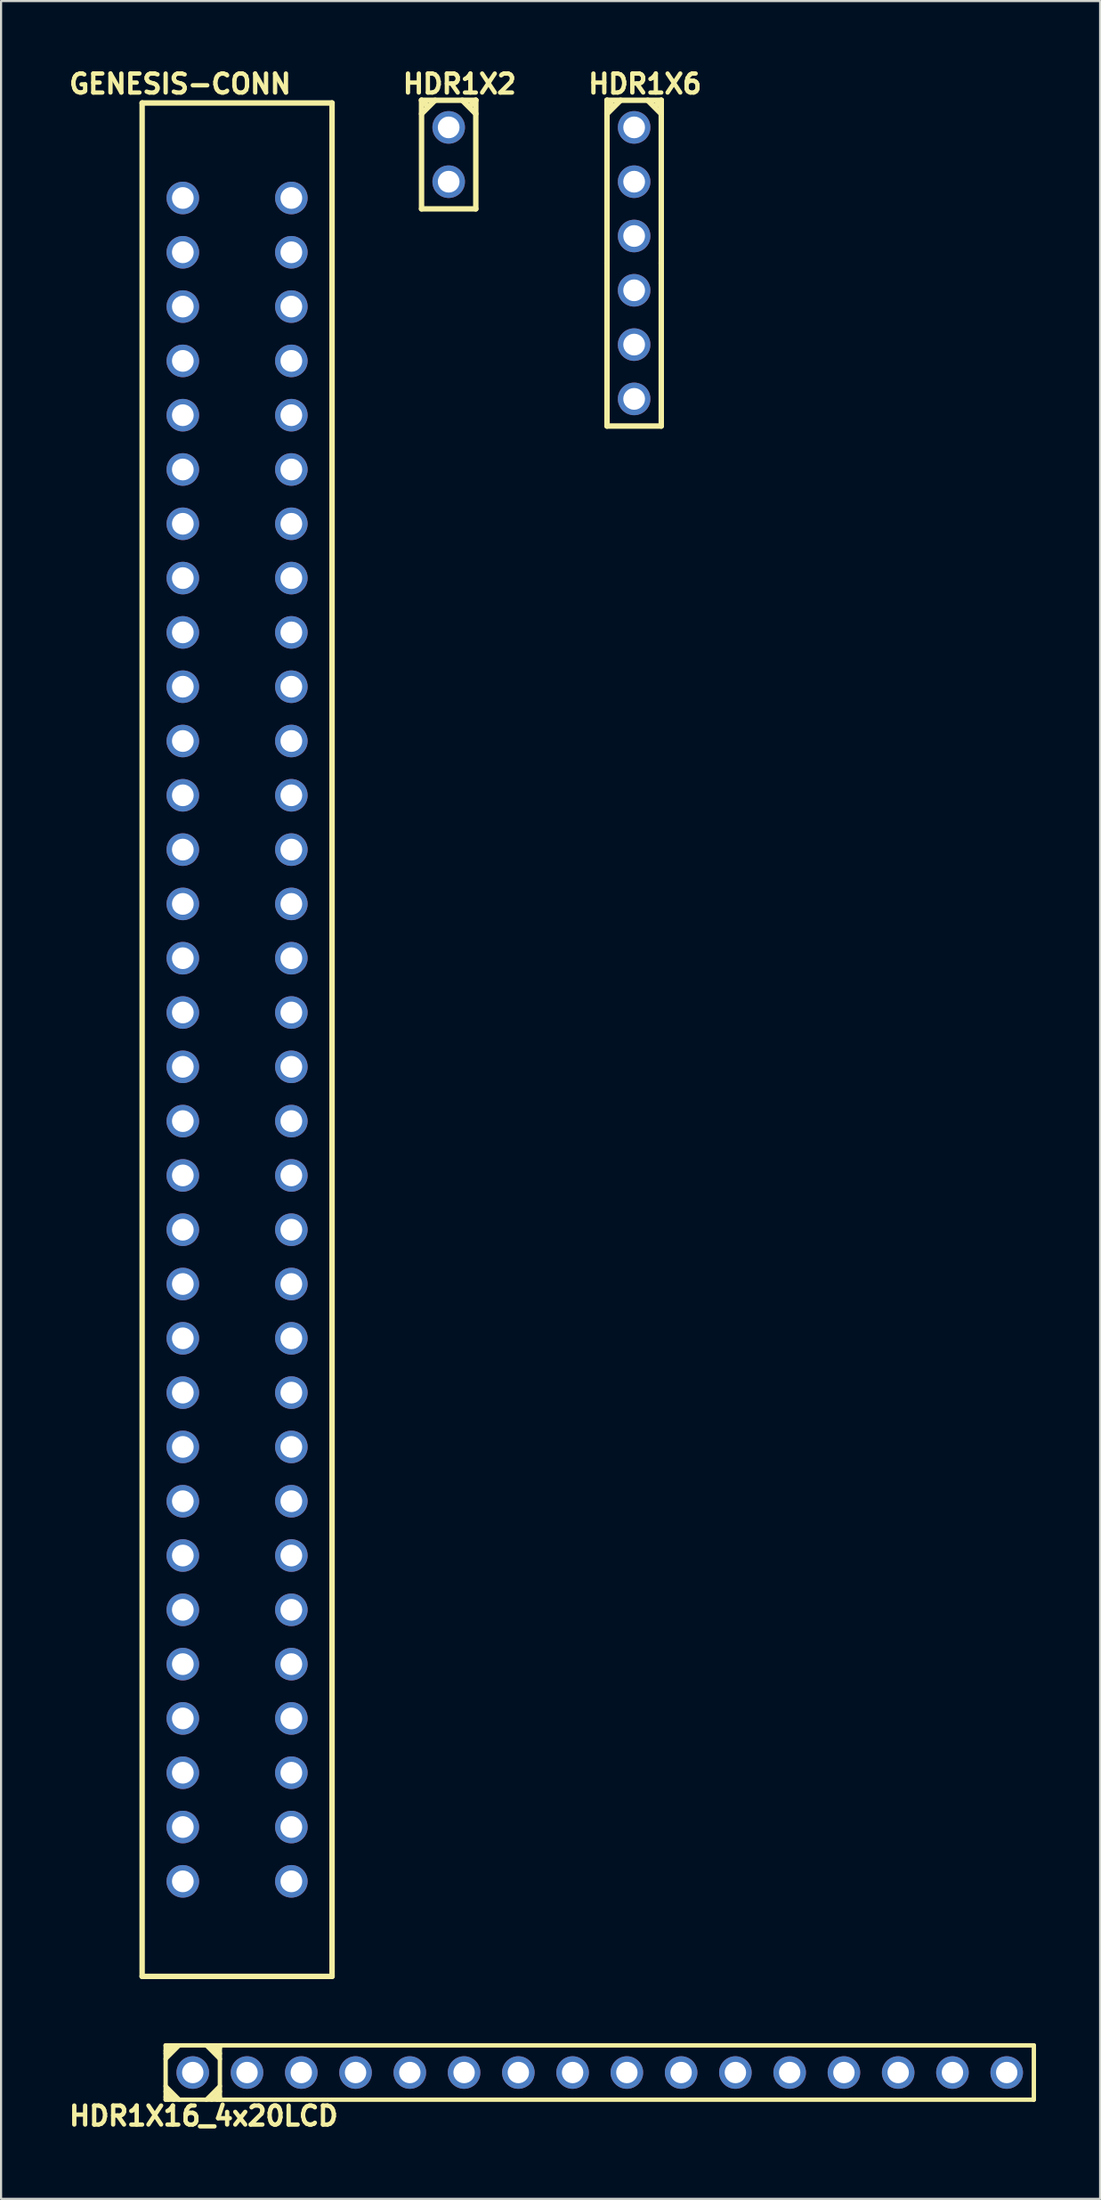
<source format=kicad_pcb>
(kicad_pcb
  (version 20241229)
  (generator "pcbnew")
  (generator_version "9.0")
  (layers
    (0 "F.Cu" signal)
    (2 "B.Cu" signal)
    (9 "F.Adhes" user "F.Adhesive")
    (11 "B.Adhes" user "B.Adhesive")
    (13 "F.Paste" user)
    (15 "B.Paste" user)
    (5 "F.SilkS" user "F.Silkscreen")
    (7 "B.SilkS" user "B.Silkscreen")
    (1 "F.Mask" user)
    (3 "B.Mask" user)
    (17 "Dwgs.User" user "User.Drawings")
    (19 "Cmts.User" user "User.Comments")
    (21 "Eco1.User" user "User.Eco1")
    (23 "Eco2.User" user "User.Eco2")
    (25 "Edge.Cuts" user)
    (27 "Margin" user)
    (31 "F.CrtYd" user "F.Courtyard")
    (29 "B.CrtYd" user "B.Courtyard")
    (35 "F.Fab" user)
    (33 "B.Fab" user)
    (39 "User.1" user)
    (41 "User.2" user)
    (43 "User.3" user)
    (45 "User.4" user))
  (footprint "HDR1X6"
    (layer "F.Cu")
    (at 26.633 2.909)
    (property "Reference" "HDR1X6" (at 0.508 -2.032 0) (layer "F.SilkS") (effects (font (size 0.889 0.889) (thickness 0.203))))
    (attr through_hole)
    (fp_line (start -1.27 -1.27) (end -1.27 6.35) (stroke (width 0.254) (type solid)) (layer "F.SilkS"))
    (fp_line (start -1.27 -1.27) (end -1.016 -1.016) (stroke (width 0.254) (type solid)) (layer "F.SilkS"))
    (fp_line (start -1.27 -0.635) (end -0.635 -1.27) (stroke (width 0.254) (type solid)) (layer "F.SilkS"))
    (fp_line (start -1.27 6.35) (end -1.27 13.97) (stroke (width 0.254) (type solid)) (layer "F.SilkS"))
    (fp_line (start -1.27 13.97) (end 1.27 13.97) (stroke (width 0.254) (type solid)) (layer "F.SilkS"))
    (fp_line (start 0.635 -1.27) (end 1.27 -0.635) (stroke (width 0.254) (type solid)) (layer "F.SilkS"))
    (fp_line (start 1.27 -1.27) (end -1.27 -1.27) (stroke (width 0.254) (type solid)) (layer "F.SilkS"))
    (fp_line (start 1.27 -1.27) (end 1.016 -1.016) (stroke (width 0.254) (type solid)) (layer "F.SilkS"))
    (fp_line (start 1.27 6.35) (end 1.27 -1.27) (stroke (width 0.254) (type solid)) (layer "F.SilkS"))
    (fp_line (start 1.27 13.97) (end 1.27 6.35) (stroke (width 0.254) (type solid)) (layer "F.SilkS"))
    (pad "1" thru_hole circle (at 0 0) (size 1.524 1.524) (drill 1.016) (layers "*.Cu" "*.Mask"))
    (pad "2" thru_hole circle (at 0 2.54) (size 1.524 1.524) (drill 1.016) (layers "*.Cu" "*.Mask"))
    (pad "3" thru_hole circle (at 0 5.08) (size 1.524 1.524) (drill 1.016) (layers "*.Cu" "*.Mask"))
    (pad "4" thru_hole circle (at 0 7.62) (size 1.524 1.524) (drill 1.016) (layers "*.Cu" "*.Mask"))
    (pad "5" thru_hole circle (at 0 10.16) (size 1.524 1.524) (drill 1.016) (layers "*.Cu" "*.Mask"))
    (pad "6" thru_hole circle (at 0 12.7) (size 1.524 1.524) (drill 1.016) (layers "*.Cu" "*.Mask")))
  (footprint "HDR1X2"
    (layer "F.Cu")
    (at 17.952 2.909)
    (property "Reference" "HDR1X2" (at 0.508 -2.032 0) (layer "F.SilkS") (effects (font (size 0.889 0.889) (thickness 0.203))))
    (attr through_hole)
    (fp_line (start -1.27 -1.27) (end -1.016 -1.016) (stroke (width 0.254) (type solid)) (layer "F.SilkS"))
    (fp_line (start -1.27 -1.27) (end 1.27 -1.27) (stroke (width 0.254) (type solid)) (layer "F.SilkS"))
    (fp_line (start -1.27 3.81) (end -1.27 -1.27) (stroke (width 0.254) (type solid)) (layer "F.SilkS"))
    (fp_line (start -0.635 -1.27) (end -1.27 -0.635) (stroke (width 0.254) (type solid)) (layer "F.SilkS"))
    (fp_line (start 0.635 -1.27) (end 1.27 -0.635) (stroke (width 0.254) (type solid)) (layer "F.SilkS"))
    (fp_line (start 1.27 -1.27) (end 1.016 -1.016) (stroke (width 0.254) (type solid)) (layer "F.SilkS"))
    (fp_line (start 1.27 -1.27) (end 1.27 3.81) (stroke (width 0.254) (type solid)) (layer "F.SilkS"))
    (fp_line (start 1.27 3.81) (end -1.27 3.81) (stroke (width 0.254) (type solid)) (layer "F.SilkS"))
    (pad "1" thru_hole circle (at 0 0) (size 1.524 1.524) (drill 1.016) (layers "*.Cu" "*.Mask"))
    (pad "2" thru_hole circle (at 0 2.54) (size 1.524 1.524) (drill 1.016) (layers "*.Cu" "*.Mask")))
  (footprint "GENESIS-CONN"
    (layer "F.Cu")
    (at 5.508 6.211)
    (property "Reference" "GENESIS-CONN" (at -0.127 -5.334 0) (layer "F.SilkS") (effects (font (size 0.889 0.889) (thickness 0.203))))
    (attr through_hole)
    (fp_line (start -1.905 -4.445) (end -1.905 83.185) (stroke (width 0.254) (type solid)) (layer "F.SilkS"))
    (fp_line (start -1.905 -4.445) (end 6.985 -4.445) (stroke (width 0.254) (type solid)) (layer "F.SilkS"))
    (fp_line (start -1.905 83.185) (end 6.985 83.185) (stroke (width 0.254) (type solid)) (layer "F.SilkS"))
    (fp_line (start 6.985 83.185) (end 6.985 -4.445) (stroke (width 0.254) (type solid)) (layer "F.SilkS"))
    (pad "A1" thru_hole circle (at 5.08 0 180) (size 1.524 1.524) (drill 1.016) (layers "*.Cu" "*.Mask"))
    (pad "A2" thru_hole circle (at 5.08 2.54 180) (size 1.524 1.524) (drill 1.016) (layers "*.Cu" "*.Mask"))
    (pad "A3" thru_hole circle (at 5.08 5.08 180) (size 1.524 1.524) (drill 1.016) (layers "*.Cu" "*.Mask"))
    (pad "A4" thru_hole circle (at 5.08 7.62 180) (size 1.524 1.524) (drill 1.016) (layers "*.Cu" "*.Mask"))
    (pad "A5" thru_hole circle (at 5.08 10.16 180) (size 1.524 1.524) (drill 1.016) (layers "*.Cu" "*.Mask"))
    (pad "A6" thru_hole circle (at 5.08 12.7 180) (size 1.524 1.524) (drill 1.016) (layers "*.Cu" "*.Mask"))
    (pad "A7" thru_hole circle (at 5.08 15.24 180) (size 1.524 1.524) (drill 1.016) (layers "*.Cu" "*.Mask"))
    (pad "A8" thru_hole circle (at 5.08 17.78 180) (size 1.524 1.524) (drill 1.016) (layers "*.Cu" "*.Mask"))
    (pad "A9" thru_hole circle (at 5.08 20.32 180) (size 1.524 1.524) (drill 1.016) (layers "*.Cu" "*.Mask"))
    (pad "A10" thru_hole circle (at 5.08 22.86 180) (size 1.524 1.524) (drill 1.016) (layers "*.Cu" "*.Mask"))
    (pad "A11" thru_hole circle (at 5.08 25.4 180) (size 1.524 1.524) (drill 1.016) (layers "*.Cu" "*.Mask"))
    (pad "A12" thru_hole circle (at 5.08 27.94 180) (size 1.524 1.524) (drill 1.016) (layers "*.Cu" "*.Mask"))
    (pad "A13" thru_hole circle (at 5.08 30.48 180) (size 1.524 1.524) (drill 1.016) (layers "*.Cu" "*.Mask"))
    (pad "A14" thru_hole circle (at 5.08 33.02 180) (size 1.524 1.524) (drill 1.016) (layers "*.Cu" "*.Mask"))
    (pad "A15" thru_hole circle (at 5.08 35.56 180) (size 1.524 1.524) (drill 1.016) (layers "*.Cu" "*.Mask"))
    (pad "A16" thru_hole circle (at 5.08 38.1 180) (size 1.524 1.524) (drill 1.016) (layers "*.Cu" "*.Mask"))
    (pad "A17" thru_hole circle (at 5.08 40.64 180) (size 1.524 1.524) (drill 1.016) (layers "*.Cu" "*.Mask"))
    (pad "A18" thru_hole circle (at 5.08 43.18 180) (size 1.524 1.524) (drill 1.016) (layers "*.Cu" "*.Mask"))
    (pad "A19" thru_hole circle (at 5.08 45.72 180) (size 1.524 1.524) (drill 1.016) (layers "*.Cu" "*.Mask"))
    (pad "A20" thru_hole circle (at 5.08 48.26 180) (size 1.524 1.524) (drill 1.016) (layers "*.Cu" "*.Mask"))
    (pad "A21" thru_hole circle (at 5.08 50.8 180) (size 1.524 1.524) (drill 1.016) (layers "*.Cu" "*.Mask"))
    (pad "A22" thru_hole circle (at 5.08 53.34 180) (size 1.524 1.524) (drill 1.016) (layers "*.Cu" "*.Mask"))
    (pad "A23" thru_hole circle (at 5.08 55.88 180) (size 1.524 1.524) (drill 1.016) (layers "*.Cu" "*.Mask"))
    (pad "A24" thru_hole circle (at 5.08 58.42 180) (size 1.524 1.524) (drill 1.016) (layers "*.Cu" "*.Mask"))
    (pad "A25" thru_hole circle (at 5.08 60.96 180) (size 1.524 1.524) (drill 1.016) (layers "*.Cu" "*.Mask"))
    (pad "A26" thru_hole circle (at 5.08 63.5 180) (size 1.524 1.524) (drill 1.016) (layers "*.Cu" "*.Mask"))
    (pad "A27" thru_hole circle (at 5.08 66.04 180) (size 1.524 1.524) (drill 1.016) (layers "*.Cu" "*.Mask"))
    (pad "A28" thru_hole circle (at 5.08 68.58 180) (size 1.524 1.524) (drill 1.016) (layers "*.Cu" "*.Mask"))
    (pad "A29" thru_hole circle (at 5.08 71.12 180) (size 1.524 1.524) (drill 1.016) (layers "*.Cu" "*.Mask"))
    (pad "A30" thru_hole circle (at 5.08 73.66 180) (size 1.524 1.524) (drill 1.016) (layers "*.Cu" "*.Mask"))
    (pad "A31" thru_hole circle (at 5.08 76.2 180) (size 1.524 1.524) (drill 1.016) (layers "*.Cu" "*.Mask"))
    (pad "A32" thru_hole circle (at 5.08 78.74 180) (size 1.524 1.524) (drill 1.016) (layers "*.Cu" "*.Mask"))
    (pad "B1" thru_hole circle (at 0 0 180) (size 1.524 1.524) (drill 1.016) (layers "*.Cu" "*.Mask"))
    (pad "B2" thru_hole circle (at 0 2.54 180) (size 1.524 1.524) (drill 1.016) (layers "*.Cu" "*.Mask"))
    (pad "B3" thru_hole circle (at 0 5.08 180) (size 1.524 1.524) (drill 1.016) (layers "*.Cu" "*.Mask"))
    (pad "B4" thru_hole circle (at 0 7.62 180) (size 1.524 1.524) (drill 1.016) (layers "*.Cu" "*.Mask"))
    (pad "B5" thru_hole circle (at 0 10.16 180) (size 1.524 1.524) (drill 1.016) (layers "*.Cu" "*.Mask"))
    (pad "B6" thru_hole circle (at 0 12.7 180) (size 1.524 1.524) (drill 1.016) (layers "*.Cu" "*.Mask"))
    (pad "B7" thru_hole circle (at 0 15.24 180) (size 1.524 1.524) (drill 1.016) (layers "*.Cu" "*.Mask"))
    (pad "B8" thru_hole circle (at 0 17.78 180) (size 1.524 1.524) (drill 1.016) (layers "*.Cu" "*.Mask"))
    (pad "B9" thru_hole circle (at 0 20.32 180) (size 1.524 1.524) (drill 1.016) (layers "*.Cu" "*.Mask"))
    (pad "B10" thru_hole circle (at 0 22.86 180) (size 1.524 1.524) (drill 1.016) (layers "*.Cu" "*.Mask"))
    (pad "B11" thru_hole circle (at 0 25.4 180) (size 1.524 1.524) (drill 1.016) (layers "*.Cu" "*.Mask"))
    (pad "B12" thru_hole circle (at 0 27.94 180) (size 1.524 1.524) (drill 1.016) (layers "*.Cu" "*.Mask"))
    (pad "B13" thru_hole circle (at 0 30.48 180) (size 1.524 1.524) (drill 1.016) (layers "*.Cu" "*.Mask"))
    (pad "B14" thru_hole circle (at 0 33.02 180) (size 1.524 1.524) (drill 1.016) (layers "*.Cu" "*.Mask"))
    (pad "B15" thru_hole circle (at 0 35.56 180) (size 1.524 1.524) (drill 1.016) (layers "*.Cu" "*.Mask"))
    (pad "B16" thru_hole circle (at 0 38.1 180) (size 1.524 1.524) (drill 1.016) (layers "*.Cu" "*.Mask"))
    (pad "B17" thru_hole circle (at 0 40.64 180) (size 1.524 1.524) (drill 1.016) (layers "*.Cu" "*.Mask"))
    (pad "B18" thru_hole circle (at 0 43.18 180) (size 1.524 1.524) (drill 1.016) (layers "*.Cu" "*.Mask"))
    (pad "B19" thru_hole circle (at 0 45.72 180) (size 1.524 1.524) (drill 1.016) (layers "*.Cu" "*.Mask"))
    (pad "B20" thru_hole circle (at 0 48.26 180) (size 1.524 1.524) (drill 1.016) (layers "*.Cu" "*.Mask"))
    (pad "B21" thru_hole circle (at 0 50.8 180) (size 1.524 1.524) (drill 1.016) (layers "*.Cu" "*.Mask"))
    (pad "B22" thru_hole circle (at 0 53.34 180) (size 1.524 1.524) (drill 1.016) (layers "*.Cu" "*.Mask"))
    (pad "B23" thru_hole circle (at 0 55.88 180) (size 1.524 1.524) (drill 1.016) (layers "*.Cu" "*.Mask"))
    (pad "B24" thru_hole circle (at 0 58.42 180) (size 1.524 1.524) (drill 1.016) (layers "*.Cu" "*.Mask"))
    (pad "B25" thru_hole circle (at 0 60.96 180) (size 1.524 1.524) (drill 1.016) (layers "*.Cu" "*.Mask"))
    (pad "B26" thru_hole circle (at 0 63.5 180) (size 1.524 1.524) (drill 1.016) (layers "*.Cu" "*.Mask"))
    (pad "B27" thru_hole circle (at 0 66.04 180) (size 1.524 1.524) (drill 1.016) (layers "*.Cu" "*.Mask"))
    (pad "B28" thru_hole circle (at 0 68.58 180) (size 1.524 1.524) (drill 1.016) (layers "*.Cu" "*.Mask"))
    (pad "B29" thru_hole circle (at 0 71.12 180) (size 1.524 1.524) (drill 1.016) (layers "*.Cu" "*.Mask"))
    (pad "B30" thru_hole circle (at 0 73.66 180) (size 1.524 1.524) (drill 1.016) (layers "*.Cu" "*.Mask"))
    (pad "B31" thru_hole circle (at 0 76.2 180) (size 1.524 1.524) (drill 1.016) (layers "*.Cu" "*.Mask"))
    (pad "B32" thru_hole circle (at 0 78.74 180) (size 1.524 1.524) (drill 1.016) (layers "*.Cu" "*.Mask")))
  (footprint "HDR1X16_4x20LCD"
    (layer "F.Cu")
    (at 5.973 93.894)
    (property "Reference" "HDR1X16_4x20LCD" (at 0.508 2.032 0) (layer "F.SilkS") (effects (font (size 0.889 0.889) (thickness 0.203))))
    (attr through_hole)
    (fp_line (start -1.27 -1.27) (end -1.27 1.27) (stroke (width 0.203) (type solid)) (layer "F.SilkS"))
    (fp_line (start -1.27 0.635) (end -0.635 1.27) (stroke (width 0.203) (type solid)) (layer "F.SilkS"))
    (fp_line (start -1.27 0.889) (end -0.889 1.27) (stroke (width 0.203) (type solid)) (layer "F.SilkS"))
    (fp_line (start -1.27 1.143) (end -1.143 1.27) (stroke (width 0.203) (type solid)) (layer "F.SilkS"))
    (fp_line (start -1.27 1.27) (end 39.37 1.27) (stroke (width 0.203) (type solid)) (layer "F.SilkS"))
    (fp_line (start -1.016 -1.27) (end -1.27 -1.016) (stroke (width 0.203) (type solid)) (layer "F.SilkS"))
    (fp_line (start -0.889 -1.27) (end -1.27 -0.889) (stroke (width 0.203) (type solid)) (layer "F.SilkS"))
    (fp_line (start -0.635 -1.27) (end -1.27 -0.635) (stroke (width 0.203) (type solid)) (layer "F.SilkS"))
    (fp_line (start 0.889 -1.27) (end 1.27 -0.889) (stroke (width 0.203) (type solid)) (layer "F.SilkS"))
    (fp_line (start 0.889 1.27) (end 1.27 0.889) (stroke (width 0.203) (type solid)) (layer "F.SilkS"))
    (fp_line (start 1.143 -1.27) (end 1.27 -1.143) (stroke (width 0.203) (type solid)) (layer "F.SilkS"))
    (fp_line (start 1.27 -1.27) (end 1.27 1.27) (stroke (width 0.203) (type solid)) (layer "F.SilkS"))
    (fp_line (start 1.27 -0.635) (end 0.635 -1.27) (stroke (width 0.203) (type solid)) (layer "F.SilkS"))
    (fp_line (start 1.27 0.635) (end 0.635 1.27) (stroke (width 0.203) (type solid)) (layer "F.SilkS"))
    (fp_line (start 1.27 1.143) (end 1.143 1.27) (stroke (width 0.203) (type solid)) (layer "F.SilkS"))
    (fp_line (start 39.37 -1.27) (end -1.27 -1.27) (stroke (width 0.203) (type solid)) (layer "F.SilkS"))
    (fp_line (start 39.37 1.27) (end 39.37 -1.27) (stroke (width 0.203) (type solid)) (layer "F.SilkS"))
    (pad "1" thru_hole circle (at 0 0) (size 1.524 1.524) (drill 1) (layers "*.Cu" "*.Mask"))
    (pad "2" thru_hole circle (at 2.54 0) (size 1.524 1.524) (drill 1) (layers "*.Cu" "*.Mask"))
    (pad "3" thru_hole circle (at 5.08 0) (size 1.524 1.524) (drill 1) (layers "*.Cu" "*.Mask"))
    (pad "4" thru_hole circle (at 7.62 0) (size 1.524 1.524) (drill 1) (layers "*.Cu" "*.Mask"))
    (pad "5" thru_hole circle (at 10.16 0) (size 1.524 1.524) (drill 1) (layers "*.Cu" "*.Mask"))
    (pad "6" thru_hole circle (at 12.7 0) (size 1.524 1.524) (drill 1) (layers "*.Cu" "*.Mask"))
    (pad "7" thru_hole circle (at 15.24 0) (size 1.524 1.524) (drill 1) (layers "*.Cu" "*.Mask"))
    (pad "8" thru_hole circle (at 17.78 0) (size 1.524 1.524) (drill 1) (layers "*.Cu" "*.Mask"))
    (pad "9" thru_hole circle (at 20.32 0) (size 1.524 1.524) (drill 1) (layers "*.Cu" "*.Mask"))
    (pad "10" thru_hole circle (at 22.86 0) (size 1.524 1.524) (drill 1) (layers "*.Cu" "*.Mask"))
    (pad "11" thru_hole circle (at 25.4 0) (size 1.524 1.524) (drill 1) (layers "*.Cu" "*.Mask"))
    (pad "12" thru_hole circle (at 27.94 0) (size 1.524 1.524) (drill 1) (layers "*.Cu" "*.Mask"))
    (pad "13" thru_hole circle (at 30.48 0) (size 1.524 1.524) (drill 1) (layers "*.Cu" "*.Mask"))
    (pad "14" thru_hole circle (at 33.02 0) (size 1.524 1.524) (drill 1) (layers "*.Cu" "*.Mask"))
    (pad "15" thru_hole circle (at 35.56 0) (size 1.524 1.524) (drill 1) (layers "*.Cu" "*.Mask"))
    (pad "16" thru_hole circle (at 38.1 0) (size 1.524 1.524) (drill 1) (layers "*.Cu" "*.Mask")))
  (gr_rect
    (start -3 -3)
    (end 48.445 99.803)
    (stroke (width 0.1) (type default))
    (fill no)
    (layer "Edge.Cuts")))
</source>
